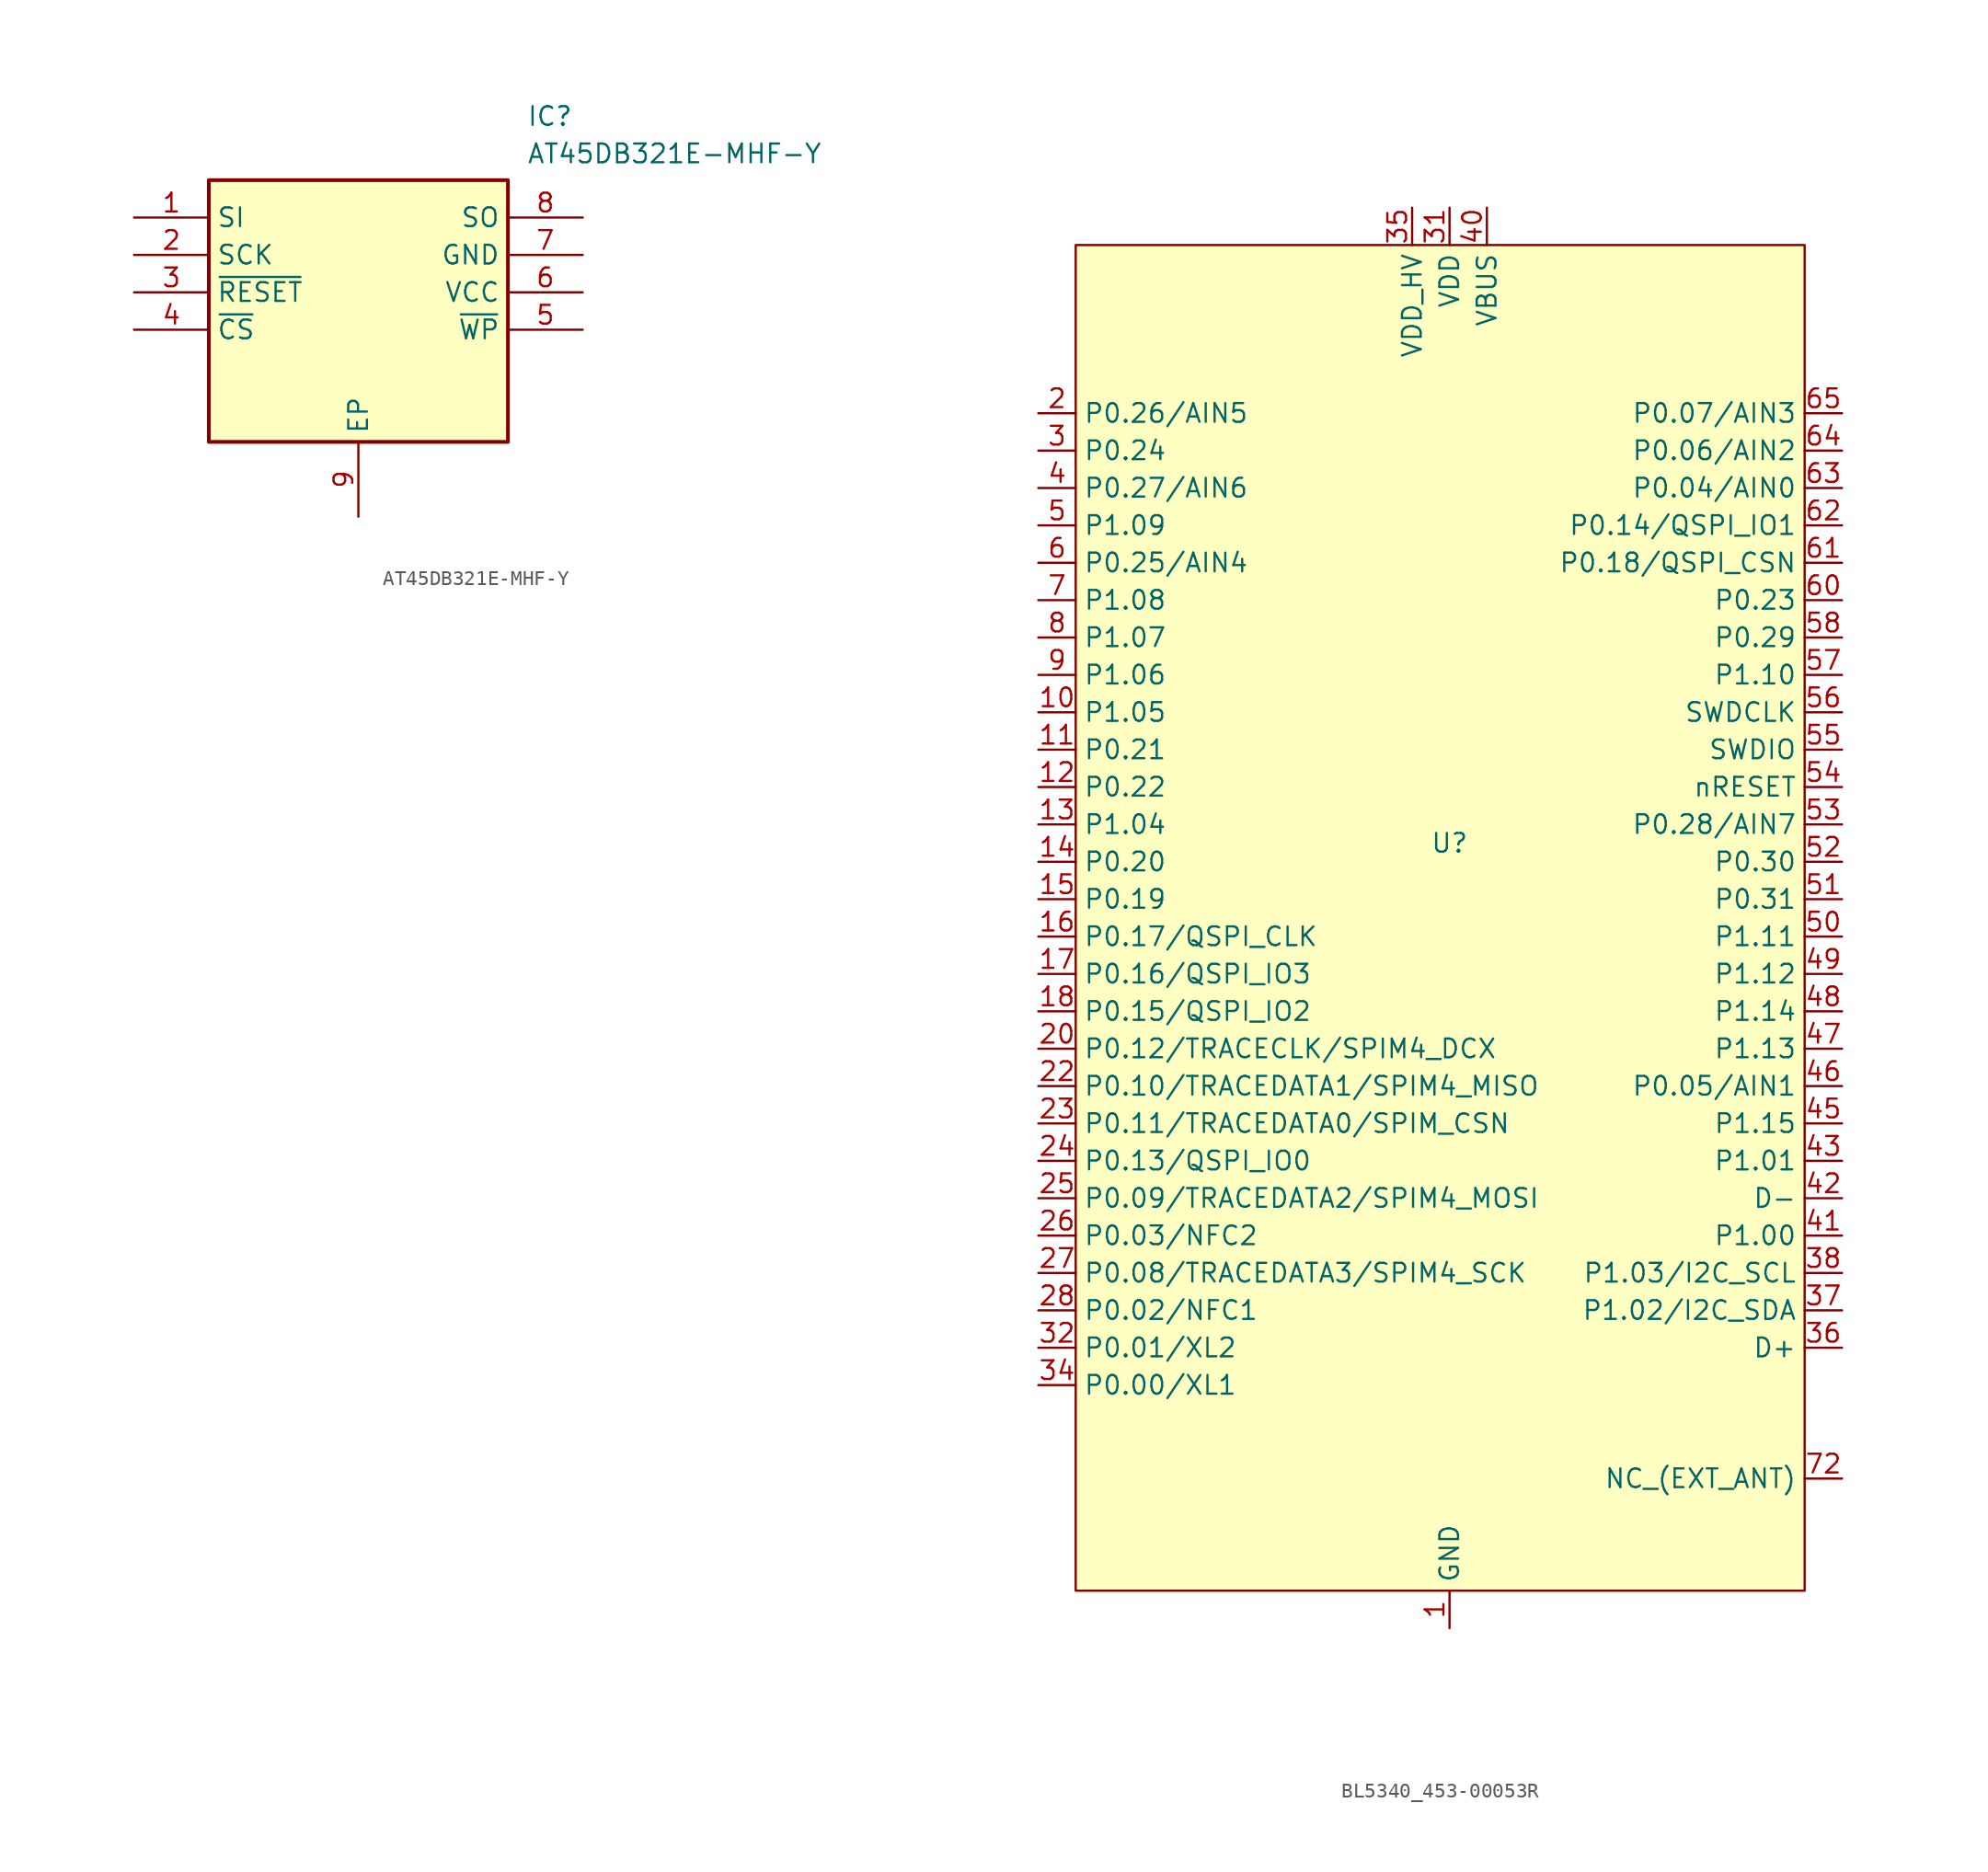
<source format=kicad_sym>
(kicad_symbol_lib
  (version 20241209)
  (generator "kicad_symbol_editor")
  (generator_version "9.0")
  (symbol "AT45DB321E-MHF-Y"
    (property "Reference" "IC"
      (at 26.67 7.62 0)
      (effects (font (size 1.27 1.27)) (justify left top)))
    (property "Value" "AT45DB321E-MHF-Y"
      (at 26.67 5.08 0)
      (effects (font (size 1.27 1.27)) (justify left top)))
    (symbol "AT45DB321E-MHF-Y_1_1"
      (rectangle (start 5.08 2.54) (end 25.4 -15.24) (stroke (width 0.254) (type default)) (fill (type background)))
      (pin passive line (at 0 0 0) (length 5.08) (name "SI" (effects (font (size 1.27 1.27)))) (number "1" (effects (font (size 1.27 1.27)))))
      (pin passive line (at 0 -2.54 0) (length 5.08) (name "SCK" (effects (font (size 1.27 1.27)))) (number "2" (effects (font (size 1.27 1.27)))))
      (pin passive line (at 0 -5.08 0) (length 5.08) (name "~{RESET}" (effects (font (size 1.27 1.27)))) (number "3" (effects (font (size 1.27 1.27)))))
      (pin passive line (at 0 -7.62 0) (length 5.08) (name "~{CS}" (effects (font (size 1.27 1.27)))) (number "4" (effects (font (size 1.27 1.27)))))
      (pin passive line (at 15.24 -20.32 90) (length 5.08) (name "EP" (effects (font (size 1.27 1.27)))) (number "9" (effects (font (size 1.27 1.27)))))
      (pin passive line (at 30.48 0 180) (length 5.08) (name "SO" (effects (font (size 1.27 1.27)))) (number "8" (effects (font (size 1.27 1.27)))))
      (pin passive line (at 30.48 -2.54 180) (length 5.08) (name "GND" (effects (font (size 1.27 1.27)))) (number "7" (effects (font (size 1.27 1.27)))))
      (pin passive line (at 30.48 -5.08 180) (length 5.08) (name "VCC" (effects (font (size 1.27 1.27)))) (number "6" (effects (font (size 1.27 1.27)))))
      (pin passive line (at 30.48 -7.62 180) (length 5.08) (name "~{WP}" (effects (font (size 1.27 1.27)))) (number "5" (effects (font (size 1.27 1.27)))))))
  (symbol "BL5340_453-00053R"
    (property "Reference" "U"
      (at 0 0 0)
      (effects (font (size 1.27 1.27))))
    (property "Value" ""
      (at 0 0 0)
      (effects (font (size 1.27 1.27))))
    (symbol "BL5340_453-00053R_1_1"
      (rectangle (start -25.4 40.64) (end 24.13 -50.8) (stroke (width 0) (type default)) (fill (type background)))
      (pin input line (at -27.94 29.21 0) (length 2.54) (name "P0.26/AIN5" (effects (font (size 1.27 1.27)))) (number "2" (effects (font (size 1.27 1.27)))))
      (pin input line (at -27.94 26.67 0) (length 2.54) (name "P0.24" (effects (font (size 1.27 1.27)))) (number "3" (effects (font (size 1.27 1.27)))))
      (pin input line (at -27.94 24.13 0) (length 2.54) (name "P0.27/AIN6" (effects (font (size 1.27 1.27)))) (number "4" (effects (font (size 1.27 1.27)))))
      (pin input line (at -27.94 21.59 0) (length 2.54) (name "P1.09" (effects (font (size 1.27 1.27)))) (number "5" (effects (font (size 1.27 1.27)))))
      (pin input line (at -27.94 19.05 0) (length 2.54) (name "P0.25/AIN4" (effects (font (size 1.27 1.27)))) (number "6" (effects (font (size 1.27 1.27)))))
      (pin input line (at -27.94 16.51 0) (length 2.54) (name "P1.08" (effects (font (size 1.27 1.27)))) (number "7" (effects (font (size 1.27 1.27)))))
      (pin input line (at -27.94 13.97 0) (length 2.54) (name "P1.07" (effects (font (size 1.27 1.27)))) (number "8" (effects (font (size 1.27 1.27)))))
      (pin input line (at -27.94 11.43 0) (length 2.54) (name "P1.06" (effects (font (size 1.27 1.27)))) (number "9" (effects (font (size 1.27 1.27)))))
      (pin input line (at -27.94 8.89 0) (length 2.54) (name "P1.05" (effects (font (size 1.27 1.27)))) (number "10" (effects (font (size 1.27 1.27)))))
      (pin input line (at -27.94 6.35 0) (length 2.54) (name "P0.21" (effects (font (size 1.27 1.27)))) (number "11" (effects (font (size 1.27 1.27)))))
      (pin input line (at -27.94 3.81 0) (length 2.54) (name "P0.22" (effects (font (size 1.27 1.27)))) (number "12" (effects (font (size 1.27 1.27)))))
      (pin input line (at -27.94 1.27 0) (length 2.54) (name "P1.04" (effects (font (size 1.27 1.27)))) (number "13" (effects (font (size 1.27 1.27)))))
      (pin input line (at -27.94 -1.27 0) (length 2.54) (name "P0.20" (effects (font (size 1.27 1.27)))) (number "14" (effects (font (size 1.27 1.27)))))
      (pin input line (at -27.94 -3.81 0) (length 2.54) (name "P0.19" (effects (font (size 1.27 1.27)))) (number "15" (effects (font (size 1.27 1.27)))))
      (pin input line (at -27.94 -6.35 0) (length 2.54) (name "P0.17/QSPI_CLK" (effects (font (size 1.27 1.27)))) (number "16" (effects (font (size 1.27 1.27)))))
      (pin input line (at -27.94 -8.89 0) (length 2.54) (name "P0.16/QSPI_IO3" (effects (font (size 1.27 1.27)))) (number "17" (effects (font (size 1.27 1.27)))))
      (pin input line (at -27.94 -11.43 0) (length 2.54) (name "P0.15/QSPI_IO2" (effects (font (size 1.27 1.27)))) (number "18" (effects (font (size 1.27 1.27)))))
      (pin input line (at -27.94 -13.97 0) (length 2.54) (name "P0.12/TRACECLK/SPIM4_DCX" (effects (font (size 1.27 1.27)))) (number "20" (effects (font (size 1.27 1.27)))))
      (pin input line (at -27.94 -16.51 0) (length 2.54) (name "P0.10/TRACEDATA1/SPIM4_MISO" (effects (font (size 1.27 1.27)))) (number "22" (effects (font (size 1.27 1.27)))))
      (pin input line (at -27.94 -19.05 0) (length 2.54) (name "P0.11/TRACEDATA0/SPIM_CSN" (effects (font (size 1.27 1.27)))) (number "23" (effects (font (size 1.27 1.27)))))
      (pin input line (at -27.94 -21.59 0) (length 2.54) (name "P0.13/QSPI_IO0" (effects (font (size 1.27 1.27)))) (number "24" (effects (font (size 1.27 1.27)))))
      (pin input line (at -27.94 -24.13 0) (length 2.54) (name "P0.09/TRACEDATA2/SPIM4_MOSI" (effects (font (size 1.27 1.27)))) (number "25" (effects (font (size 1.27 1.27)))))
      (pin input line (at -27.94 -26.67 0) (length 2.54) (name "P0.03/NFC2" (effects (font (size 1.27 1.27)))) (number "26" (effects (font (size 1.27 1.27)))))
      (pin input line (at -27.94 -29.21 0) (length 2.54) (name "P0.08/TRACEDATA3/SPIM4_SCK" (effects (font (size 1.27 1.27)))) (number "27" (effects (font (size 1.27 1.27)))))
      (pin input line (at -27.94 -31.75 0) (length 2.54) (name "P0.02/NFC1" (effects (font (size 1.27 1.27)))) (number "28" (effects (font (size 1.27 1.27)))))
      (pin input line (at -27.94 -34.29 0) (length 2.54) (name "P0.01/XL2" (effects (font (size 1.27 1.27)))) (number "32" (effects (font (size 1.27 1.27)))))
      (pin input line (at -27.94 -36.83 0) (length 2.54) (name "P0.00/XL1" (effects (font (size 1.27 1.27)))) (number "34" (effects (font (size 1.27 1.27)))))
      (pin input line (at -2.54 43.18 270) (length 2.54) (name "VDD_HV" (effects (font (size 1.27 1.27)))) (number "35" (effects (font (size 1.27 1.27)))))
      (pin input line (at 0 43.18 270) (length 2.54) (name "VDD" (effects (font (size 1.27 1.27)))) (number "31" (effects (font (size 1.27 1.27)))))
      (pin input line (at 0 -53.34 90) (length 2.54) (name "GND" (effects (font (size 1.27 1.27)))) (number "1" (effects (font (size 1.27 1.27)))))
      (pin input line (at 0 -53.34 90) (length 2.54) (hide yes) (name "GND" (effects (font (size 1.27 1.27)))) (number "19" (effects (font (size 1.27 1.27)))))
      (pin input line (at 0 -53.34 90) (length 2.54) (hide yes) (name "GND" (effects (font (size 1.27 1.27)))) (number "21" (effects (font (size 1.27 1.27)))))
      (pin input line (at 0 -53.34 90) (length 2.54) (hide yes) (name "GND" (effects (font (size 1.27 1.27)))) (number "29" (effects (font (size 1.27 1.27)))))
      (pin input line (at 0 -53.34 90) (length 2.54) (hide yes) (name "GND" (effects (font (size 1.27 1.27)))) (number "30" (effects (font (size 1.27 1.27)))))
      (pin input line (at 0 -53.34 90) (length 2.54) (hide yes) (name "GND" (effects (font (size 1.27 1.27)))) (number "33" (effects (font (size 1.27 1.27)))))
      (pin input line (at 0 -53.34 90) (length 2.54) (hide yes) (name "GND" (effects (font (size 1.27 1.27)))) (number "39" (effects (font (size 1.27 1.27)))))
      (pin input line (at 0 -53.34 90) (length 2.54) (hide yes) (name "GND" (effects (font (size 1.27 1.27)))) (number "44" (effects (font (size 1.27 1.27)))))
      (pin input line (at 0 -53.34 90) (length 2.54) (hide yes) (name "GND" (effects (font (size 1.27 1.27)))) (number "59" (effects (font (size 1.27 1.27)))))
      (pin input line (at 0 -53.34 90) (length 2.54) (hide yes) (name "GND" (effects (font (size 1.27 1.27)))) (number "66" (effects (font (size 1.27 1.27)))))
      (pin input line (at 0 -53.34 90) (length 2.54) (hide yes) (name "GND" (effects (font (size 1.27 1.27)))) (number "67" (effects (font (size 1.27 1.27)))))
      (pin input line (at 0 -53.34 90) (length 2.54) (hide yes) (name "GND" (effects (font (size 1.27 1.27)))) (number "68" (effects (font (size 1.27 1.27)))))
      (pin input line (at 0 -53.34 90) (length 2.54) (hide yes) (name "GND" (effects (font (size 1.27 1.27)))) (number "69" (effects (font (size 1.27 1.27)))))
      (pin input line (at 0 -53.34 90) (length 2.54) (hide yes) (name "GND" (effects (font (size 1.27 1.27)))) (number "70" (effects (font (size 1.27 1.27)))))
      (pin input line (at 0 -53.34 90) (length 2.54) (hide yes) (name "GND" (effects (font (size 1.27 1.27)))) (number "71" (effects (font (size 1.27 1.27)))))
      (pin input line (at 0 -53.34 90) (length 2.54) (hide yes) (name "GND" (effects (font (size 1.27 1.27)))) (number "73" (effects (font (size 1.27 1.27)))))
      (pin input line (at 0 -53.34 90) (length 2.54) (hide yes) (name "GND" (effects (font (size 1.27 1.27)))) (number "74" (effects (font (size 1.27 1.27)))))
      (pin input line (at 0 -53.34 90) (length 2.54) (hide yes) (name "GND" (effects (font (size 1.27 1.27)))) (number "75" (effects (font (size 1.27 1.27)))))
      (pin input line (at 2.54 43.18 270) (length 2.54) (name "VBUS" (effects (font (size 1.27 1.27)))) (number "40" (effects (font (size 1.27 1.27)))))
      (pin input line (at 26.67 29.21 180) (length 2.54) (name "P0.07/AIN3" (effects (font (size 1.27 1.27)))) (number "65" (effects (font (size 1.27 1.27)))))
      (pin input line (at 26.67 26.67 180) (length 2.54) (name "P0.06/AIN2" (effects (font (size 1.27 1.27)))) (number "64" (effects (font (size 1.27 1.27)))))
      (pin input line (at 26.67 24.13 180) (length 2.54) (name "P0.04/AIN0" (effects (font (size 1.27 1.27)))) (number "63" (effects (font (size 1.27 1.27)))))
      (pin input line (at 26.67 21.59 180) (length 2.54) (name "P0.14/QSPI_IO1" (effects (font (size 1.27 1.27)))) (number "62" (effects (font (size 1.27 1.27)))))
      (pin input line (at 26.67 19.05 180) (length 2.54) (name "P0.18/QSPI_CSN" (effects (font (size 1.27 1.27)))) (number "61" (effects (font (size 1.27 1.27)))))
      (pin input line (at 26.67 16.51 180) (length 2.54) (name "P0.23" (effects (font (size 1.27 1.27)))) (number "60" (effects (font (size 1.27 1.27)))))
      (pin input line (at 26.67 13.97 180) (length 2.54) (name "P0.29" (effects (font (size 1.27 1.27)))) (number "58" (effects (font (size 1.27 1.27)))))
      (pin input line (at 26.67 11.43 180) (length 2.54) (name "P1.10" (effects (font (size 1.27 1.27)))) (number "57" (effects (font (size 1.27 1.27)))))
      (pin input line (at 26.67 8.89 180) (length 2.54) (name "SWDCLK" (effects (font (size 1.27 1.27)))) (number "56" (effects (font (size 1.27 1.27)))))
      (pin input line (at 26.67 6.35 180) (length 2.54) (name "SWDIO" (effects (font (size 1.27 1.27)))) (number "55" (effects (font (size 1.27 1.27)))))
      (pin input line (at 26.67 3.81 180) (length 2.54) (name "nRESET" (effects (font (size 1.27 1.27)))) (number "54" (effects (font (size 1.27 1.27)))))
      (pin input line (at 26.67 1.27 180) (length 2.54) (name "P0.28/AIN7" (effects (font (size 1.27 1.27)))) (number "53" (effects (font (size 1.27 1.27)))))
      (pin input line (at 26.67 -1.27 180) (length 2.54) (name "P0.30" (effects (font (size 1.27 1.27)))) (number "52" (effects (font (size 1.27 1.27)))))
      (pin input line (at 26.67 -3.81 180) (length 2.54) (name "P0.31" (effects (font (size 1.27 1.27)))) (number "51" (effects (font (size 1.27 1.27)))))
      (pin input line (at 26.67 -6.35 180) (length 2.54) (name "P1.11" (effects (font (size 1.27 1.27)))) (number "50" (effects (font (size 1.27 1.27)))))
      (pin input line (at 26.67 -8.89 180) (length 2.54) (name "P1.12" (effects (font (size 1.27 1.27)))) (number "49" (effects (font (size 1.27 1.27)))))
      (pin input line (at 26.67 -11.43 180) (length 2.54) (name "P1.14" (effects (font (size 1.27 1.27)))) (number "48" (effects (font (size 1.27 1.27)))))
      (pin input line (at 26.67 -13.97 180) (length 2.54) (name "P1.13" (effects (font (size 1.27 1.27)))) (number "47" (effects (font (size 1.27 1.27)))))
      (pin input line (at 26.67 -16.51 180) (length 2.54) (name "P0.05/AIN1" (effects (font (size 1.27 1.27)))) (number "46" (effects (font (size 1.27 1.27)))))
      (pin input line (at 26.67 -19.05 180) (length 2.54) (name "P1.15" (effects (font (size 1.27 1.27)))) (number "45" (effects (font (size 1.27 1.27)))))
      (pin input line (at 26.67 -21.59 180) (length 2.54) (name "P1.01" (effects (font (size 1.27 1.27)))) (number "43" (effects (font (size 1.27 1.27)))))
      (pin input line (at 26.67 -24.13 180) (length 2.54) (name "D-" (effects (font (size 1.27 1.27)))) (number "42" (effects (font (size 1.27 1.27)))))
      (pin input line (at 26.67 -26.67 180) (length 2.54) (name "P1.00" (effects (font (size 1.27 1.27)))) (number "41" (effects (font (size 1.27 1.27)))))
      (pin input line (at 26.67 -29.21 180) (length 2.54) (name "P1.03/I2C_SCL" (effects (font (size 1.27 1.27)))) (number "38" (effects (font (size 1.27 1.27)))))
      (pin input line (at 26.67 -31.75 180) (length 2.54) (name "P1.02/I2C_SDA" (effects (font (size 1.27 1.27)))) (number "37" (effects (font (size 1.27 1.27)))))
      (pin input line (at 26.67 -34.29 180) (length 2.54) (name "D+" (effects (font (size 1.27 1.27)))) (number "36" (effects (font (size 1.27 1.27)))))
      (pin input line (at 26.67 -43.18 180) (length 2.54) (name "NC_(EXT_ANT)" (effects (font (size 1.27 1.27)))) (number "72" (effects (font (size 1.27 1.27))))))))
</source>
